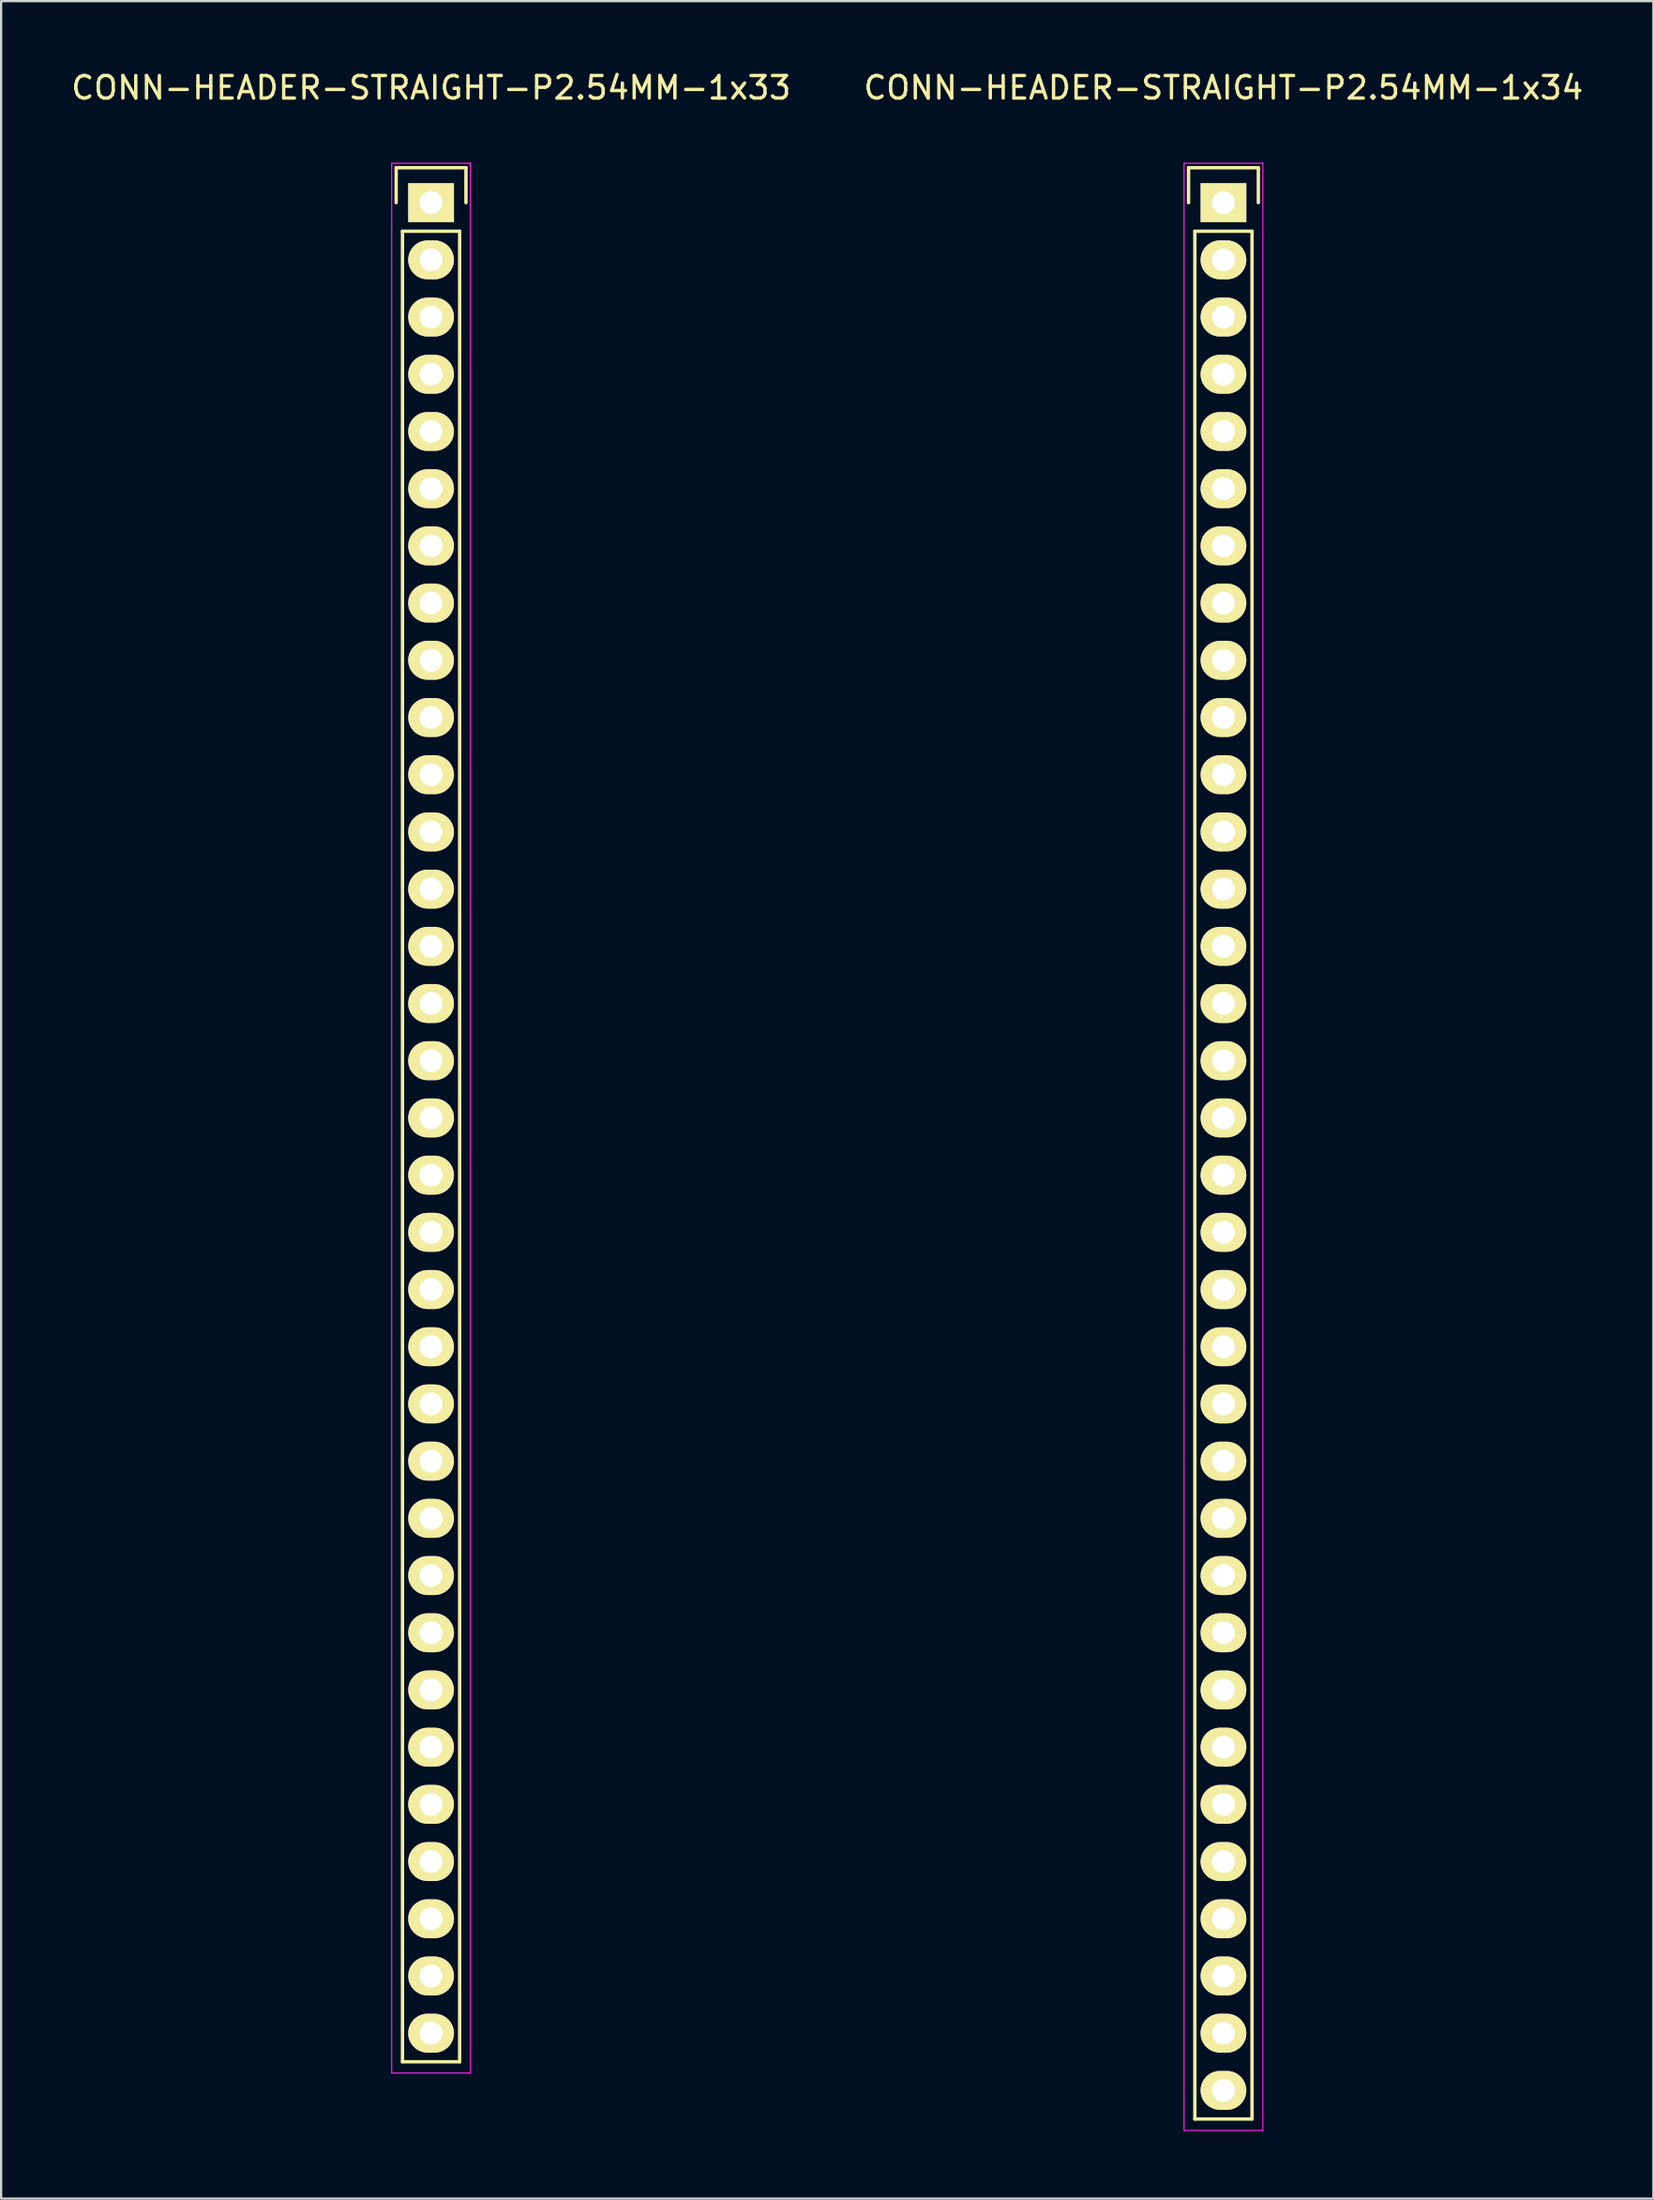
<source format=kicad_pcb>
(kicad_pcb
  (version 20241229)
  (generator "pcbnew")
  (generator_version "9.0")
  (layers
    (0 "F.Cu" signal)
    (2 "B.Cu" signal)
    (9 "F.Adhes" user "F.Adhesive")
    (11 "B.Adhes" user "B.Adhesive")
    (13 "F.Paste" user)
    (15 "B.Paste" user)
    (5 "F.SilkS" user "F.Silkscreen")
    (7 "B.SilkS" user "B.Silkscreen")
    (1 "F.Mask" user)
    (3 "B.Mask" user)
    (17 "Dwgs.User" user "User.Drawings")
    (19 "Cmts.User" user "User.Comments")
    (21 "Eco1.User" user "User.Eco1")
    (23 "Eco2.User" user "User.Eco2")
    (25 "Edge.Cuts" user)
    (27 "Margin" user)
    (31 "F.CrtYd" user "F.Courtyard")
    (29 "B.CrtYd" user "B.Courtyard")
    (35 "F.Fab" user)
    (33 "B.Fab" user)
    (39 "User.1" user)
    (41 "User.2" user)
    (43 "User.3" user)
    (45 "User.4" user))
  (footprint "CONN-HEADER-STRAIGHT-P2.54MM-1x33"
    (layer "F.Cu")
    (at 16.101 5.948)
    (property "Reference" "CONN-HEADER-STRAIGHT-P2.54MM-1x33" (at 0 -5.1 0) (layer "F.SilkS") (effects (font (size 1 1) (thickness 0.15))))
    (attr through_hole)
    (fp_line (start -1.55 -1.55) (end 1.55 -1.55) (stroke (width 0.15) (type solid)) (layer "F.SilkS"))
    (fp_line (start -1.55 0) (end -1.55 -1.55) (stroke (width 0.15) (type solid)) (layer "F.SilkS"))
    (fp_line (start -1.27 1.27) (end -1.27 82.55) (stroke (width 0.15) (type solid)) (layer "F.SilkS"))
    (fp_line (start -1.27 82.55) (end 1.27 82.55) (stroke (width 0.15) (type solid)) (layer "F.SilkS"))
    (fp_line (start 1.27 1.27) (end -1.27 1.27) (stroke (width 0.15) (type solid)) (layer "F.SilkS"))
    (fp_line (start 1.27 82.55) (end 1.27 1.27) (stroke (width 0.15) (type solid)) (layer "F.SilkS"))
    (fp_line (start 1.55 -1.55) (end 1.55 0) (stroke (width 0.15) (type solid)) (layer "F.SilkS"))
    (fp_line (start -1.75 -1.75) (end -1.75 83.05) (stroke (width 0.05) (type solid)) (layer "F.CrtYd"))
    (fp_line (start -1.75 -1.75) (end 1.75 -1.75) (stroke (width 0.05) (type solid)) (layer "F.CrtYd"))
    (fp_line (start -1.75 83.05) (end 1.75 83.05) (stroke (width 0.05) (type solid)) (layer "F.CrtYd"))
    (fp_line (start 1.75 -1.75) (end 1.75 83.05) (stroke (width 0.05) (type solid)) (layer "F.CrtYd"))
    (pad "1" thru_hole rect (at 0 0) (size 2.032 1.727) (drill 1.016) (layers "*.Cu" "*.Mask" "F.SilkS"))
    (pad "2" thru_hole oval (at 0 2.54) (size 2.032 1.727) (drill 1.016) (layers "*.Cu" "*.Mask" "F.SilkS"))
    (pad "3" thru_hole oval (at 0 5.08) (size 2.032 1.727) (drill 1.016) (layers "*.Cu" "*.Mask" "F.SilkS"))
    (pad "4" thru_hole oval (at 0 7.62) (size 2.032 1.727) (drill 1.016) (layers "*.Cu" "*.Mask" "F.SilkS"))
    (pad "5" thru_hole oval (at 0 10.16) (size 2.032 1.727) (drill 1.016) (layers "*.Cu" "*.Mask" "F.SilkS"))
    (pad "6" thru_hole oval (at 0 12.7) (size 2.032 1.727) (drill 1.016) (layers "*.Cu" "*.Mask" "F.SilkS"))
    (pad "7" thru_hole oval (at 0 15.24) (size 2.032 1.727) (drill 1.016) (layers "*.Cu" "*.Mask" "F.SilkS"))
    (pad "8" thru_hole oval (at 0 17.78) (size 2.032 1.727) (drill 1.016) (layers "*.Cu" "*.Mask" "F.SilkS"))
    (pad "9" thru_hole oval (at 0 20.32) (size 2.032 1.727) (drill 1.016) (layers "*.Cu" "*.Mask" "F.SilkS"))
    (pad "10" thru_hole oval (at 0 22.86) (size 2.032 1.727) (drill 1.016) (layers "*.Cu" "*.Mask" "F.SilkS"))
    (pad "11" thru_hole oval (at 0 25.4) (size 2.032 1.727) (drill 1.016) (layers "*.Cu" "*.Mask" "F.SilkS"))
    (pad "12" thru_hole oval (at 0 27.94) (size 2.032 1.727) (drill 1.016) (layers "*.Cu" "*.Mask" "F.SilkS"))
    (pad "13" thru_hole oval (at 0 30.48) (size 2.032 1.727) (drill 1.016) (layers "*.Cu" "*.Mask" "F.SilkS"))
    (pad "14" thru_hole oval (at 0 33.02) (size 2.032 1.727) (drill 1.016) (layers "*.Cu" "*.Mask" "F.SilkS"))
    (pad "15" thru_hole oval (at 0 35.56) (size 2.032 1.727) (drill 1.016) (layers "*.Cu" "*.Mask" "F.SilkS"))
    (pad "16" thru_hole oval (at 0 38.1) (size 2.032 1.727) (drill 1.016) (layers "*.Cu" "*.Mask" "F.SilkS"))
    (pad "17" thru_hole oval (at 0 40.64) (size 2.032 1.727) (drill 1.016) (layers "*.Cu" "*.Mask" "F.SilkS"))
    (pad "18" thru_hole oval (at 0 43.18) (size 2.032 1.727) (drill 1.016) (layers "*.Cu" "*.Mask" "F.SilkS"))
    (pad "19" thru_hole oval (at 0 45.72) (size 2.032 1.727) (drill 1.016) (layers "*.Cu" "*.Mask" "F.SilkS"))
    (pad "20" thru_hole oval (at 0 48.26) (size 2.032 1.727) (drill 1.016) (layers "*.Cu" "*.Mask" "F.SilkS"))
    (pad "21" thru_hole oval (at 0 50.8) (size 2.032 1.727) (drill 1.016) (layers "*.Cu" "*.Mask" "F.SilkS"))
    (pad "22" thru_hole oval (at 0 53.34) (size 2.032 1.727) (drill 1.016) (layers "*.Cu" "*.Mask" "F.SilkS"))
    (pad "23" thru_hole oval (at 0 55.88) (size 2.032 1.727) (drill 1.016) (layers "*.Cu" "*.Mask" "F.SilkS"))
    (pad "24" thru_hole oval (at 0 58.42) (size 2.032 1.727) (drill 1.016) (layers "*.Cu" "*.Mask" "F.SilkS"))
    (pad "25" thru_hole oval (at 0 60.96) (size 2.032 1.727) (drill 1.016) (layers "*.Cu" "*.Mask" "F.SilkS"))
    (pad "26" thru_hole oval (at 0 63.5) (size 2.032 1.727) (drill 1.016) (layers "*.Cu" "*.Mask" "F.SilkS"))
    (pad "27" thru_hole oval (at 0 66.04) (size 2.032 1.727) (drill 1.016) (layers "*.Cu" "*.Mask" "F.SilkS"))
    (pad "28" thru_hole oval (at 0 68.58) (size 2.032 1.727) (drill 1.016) (layers "*.Cu" "*.Mask" "F.SilkS"))
    (pad "29" thru_hole oval (at 0 71.12) (size 2.032 1.727) (drill 1.016) (layers "*.Cu" "*.Mask" "F.SilkS"))
    (pad "30" thru_hole oval (at 0 73.66) (size 2.032 1.727) (drill 1.016) (layers "*.Cu" "*.Mask" "F.SilkS"))
    (pad "31" thru_hole oval (at 0 76.2) (size 2.032 1.727) (drill 1.016) (layers "*.Cu" "*.Mask" "F.SilkS"))
    (pad "32" thru_hole oval (at 0 78.74) (size 2.032 1.727) (drill 1.016) (layers "*.Cu" "*.Mask" "F.SilkS"))
    (pad "33" thru_hole oval (at 0 81.28) (size 2.032 1.727) (drill 1.016) (layers "*.Cu" "*.Mask" "F.SilkS")))
  (footprint "CONN-HEADER-STRAIGHT-P2.54MM-1x34"
    (layer "F.Cu")
    (at 51.304 5.948)
    (property "Reference" "CONN-HEADER-STRAIGHT-P2.54MM-1x34" (at 0 -5.1 0) (layer "F.SilkS") (effects (font (size 1 1) (thickness 0.15))))
    (attr through_hole)
    (fp_line (start -1.55 -1.55) (end 1.55 -1.55) (stroke (width 0.15) (type solid)) (layer "F.SilkS"))
    (fp_line (start -1.55 0) (end -1.55 -1.55) (stroke (width 0.15) (type solid)) (layer "F.SilkS"))
    (fp_line (start -1.27 1.27) (end -1.27 85.09) (stroke (width 0.15) (type solid)) (layer "F.SilkS"))
    (fp_line (start -1.27 85.09) (end 1.27 85.09) (stroke (width 0.15) (type solid)) (layer "F.SilkS"))
    (fp_line (start 1.27 1.27) (end -1.27 1.27) (stroke (width 0.15) (type solid)) (layer "F.SilkS"))
    (fp_line (start 1.27 85.09) (end 1.27 1.27) (stroke (width 0.15) (type solid)) (layer "F.SilkS"))
    (fp_line (start 1.55 -1.55) (end 1.55 0) (stroke (width 0.15) (type solid)) (layer "F.SilkS"))
    (fp_line (start -1.75 -1.75) (end -1.75 85.6) (stroke (width 0.05) (type solid)) (layer "F.CrtYd"))
    (fp_line (start -1.75 -1.75) (end 1.75 -1.75) (stroke (width 0.05) (type solid)) (layer "F.CrtYd"))
    (fp_line (start -1.75 85.6) (end 1.75 85.6) (stroke (width 0.05) (type solid)) (layer "F.CrtYd"))
    (fp_line (start 1.75 -1.75) (end 1.75 85.6) (stroke (width 0.05) (type solid)) (layer "F.CrtYd"))
    (pad "1" thru_hole rect (at 0 0) (size 2.032 1.727) (drill 1.016) (layers "*.Cu" "*.Mask" "F.SilkS"))
    (pad "2" thru_hole oval (at 0 2.54) (size 2.032 1.727) (drill 1.016) (layers "*.Cu" "*.Mask" "F.SilkS"))
    (pad "3" thru_hole oval (at 0 5.08) (size 2.032 1.727) (drill 1.016) (layers "*.Cu" "*.Mask" "F.SilkS"))
    (pad "4" thru_hole oval (at 0 7.62) (size 2.032 1.727) (drill 1.016) (layers "*.Cu" "*.Mask" "F.SilkS"))
    (pad "5" thru_hole oval (at 0 10.16) (size 2.032 1.727) (drill 1.016) (layers "*.Cu" "*.Mask" "F.SilkS"))
    (pad "6" thru_hole oval (at 0 12.7) (size 2.032 1.727) (drill 1.016) (layers "*.Cu" "*.Mask" "F.SilkS"))
    (pad "7" thru_hole oval (at 0 15.24) (size 2.032 1.727) (drill 1.016) (layers "*.Cu" "*.Mask" "F.SilkS"))
    (pad "8" thru_hole oval (at 0 17.78) (size 2.032 1.727) (drill 1.016) (layers "*.Cu" "*.Mask" "F.SilkS"))
    (pad "9" thru_hole oval (at 0 20.32) (size 2.032 1.727) (drill 1.016) (layers "*.Cu" "*.Mask" "F.SilkS"))
    (pad "10" thru_hole oval (at 0 22.86) (size 2.032 1.727) (drill 1.016) (layers "*.Cu" "*.Mask" "F.SilkS"))
    (pad "11" thru_hole oval (at 0 25.4) (size 2.032 1.727) (drill 1.016) (layers "*.Cu" "*.Mask" "F.SilkS"))
    (pad "12" thru_hole oval (at 0 27.94) (size 2.032 1.727) (drill 1.016) (layers "*.Cu" "*.Mask" "F.SilkS"))
    (pad "13" thru_hole oval (at 0 30.48) (size 2.032 1.727) (drill 1.016) (layers "*.Cu" "*.Mask" "F.SilkS"))
    (pad "14" thru_hole oval (at 0 33.02) (size 2.032 1.727) (drill 1.016) (layers "*.Cu" "*.Mask" "F.SilkS"))
    (pad "15" thru_hole oval (at 0 35.56) (size 2.032 1.727) (drill 1.016) (layers "*.Cu" "*.Mask" "F.SilkS"))
    (pad "16" thru_hole oval (at 0 38.1) (size 2.032 1.727) (drill 1.016) (layers "*.Cu" "*.Mask" "F.SilkS"))
    (pad "17" thru_hole oval (at 0 40.64) (size 2.032 1.727) (drill 1.016) (layers "*.Cu" "*.Mask" "F.SilkS"))
    (pad "18" thru_hole oval (at 0 43.18) (size 2.032 1.727) (drill 1.016) (layers "*.Cu" "*.Mask" "F.SilkS"))
    (pad "19" thru_hole oval (at 0 45.72) (size 2.032 1.727) (drill 1.016) (layers "*.Cu" "*.Mask" "F.SilkS"))
    (pad "20" thru_hole oval (at 0 48.26) (size 2.032 1.727) (drill 1.016) (layers "*.Cu" "*.Mask" "F.SilkS"))
    (pad "21" thru_hole oval (at 0 50.8) (size 2.032 1.727) (drill 1.016) (layers "*.Cu" "*.Mask" "F.SilkS"))
    (pad "22" thru_hole oval (at 0 53.34) (size 2.032 1.727) (drill 1.016) (layers "*.Cu" "*.Mask" "F.SilkS"))
    (pad "23" thru_hole oval (at 0 55.88) (size 2.032 1.727) (drill 1.016) (layers "*.Cu" "*.Mask" "F.SilkS"))
    (pad "24" thru_hole oval (at 0 58.42) (size 2.032 1.727) (drill 1.016) (layers "*.Cu" "*.Mask" "F.SilkS"))
    (pad "25" thru_hole oval (at 0 60.96) (size 2.032 1.727) (drill 1.016) (layers "*.Cu" "*.Mask" "F.SilkS"))
    (pad "26" thru_hole oval (at 0 63.5) (size 2.032 1.727) (drill 1.016) (layers "*.Cu" "*.Mask" "F.SilkS"))
    (pad "27" thru_hole oval (at 0 66.04) (size 2.032 1.727) (drill 1.016) (layers "*.Cu" "*.Mask" "F.SilkS"))
    (pad "28" thru_hole oval (at 0 68.58) (size 2.032 1.727) (drill 1.016) (layers "*.Cu" "*.Mask" "F.SilkS"))
    (pad "29" thru_hole oval (at 0 71.12) (size 2.032 1.727) (drill 1.016) (layers "*.Cu" "*.Mask" "F.SilkS"))
    (pad "30" thru_hole oval (at 0 73.66) (size 2.032 1.727) (drill 1.016) (layers "*.Cu" "*.Mask" "F.SilkS"))
    (pad "31" thru_hole oval (at 0 76.2) (size 2.032 1.727) (drill 1.016) (layers "*.Cu" "*.Mask" "F.SilkS"))
    (pad "32" thru_hole oval (at 0 78.74) (size 2.032 1.727) (drill 1.016) (layers "*.Cu" "*.Mask" "F.SilkS"))
    (pad "33" thru_hole oval (at 0 81.28) (size 2.032 1.727) (drill 1.016) (layers "*.Cu" "*.Mask" "F.SilkS"))
    (pad "34" thru_hole oval (at 0 83.82) (size 2.032 1.727) (drill 1.016) (layers "*.Cu" "*.Mask" "F.SilkS")))
  (gr_rect
    (start -3 -3)
    (end 70.405 94.573)
    (stroke (width 0.1) (type default))
    (fill no)
    (layer "Edge.Cuts")))
</source>
